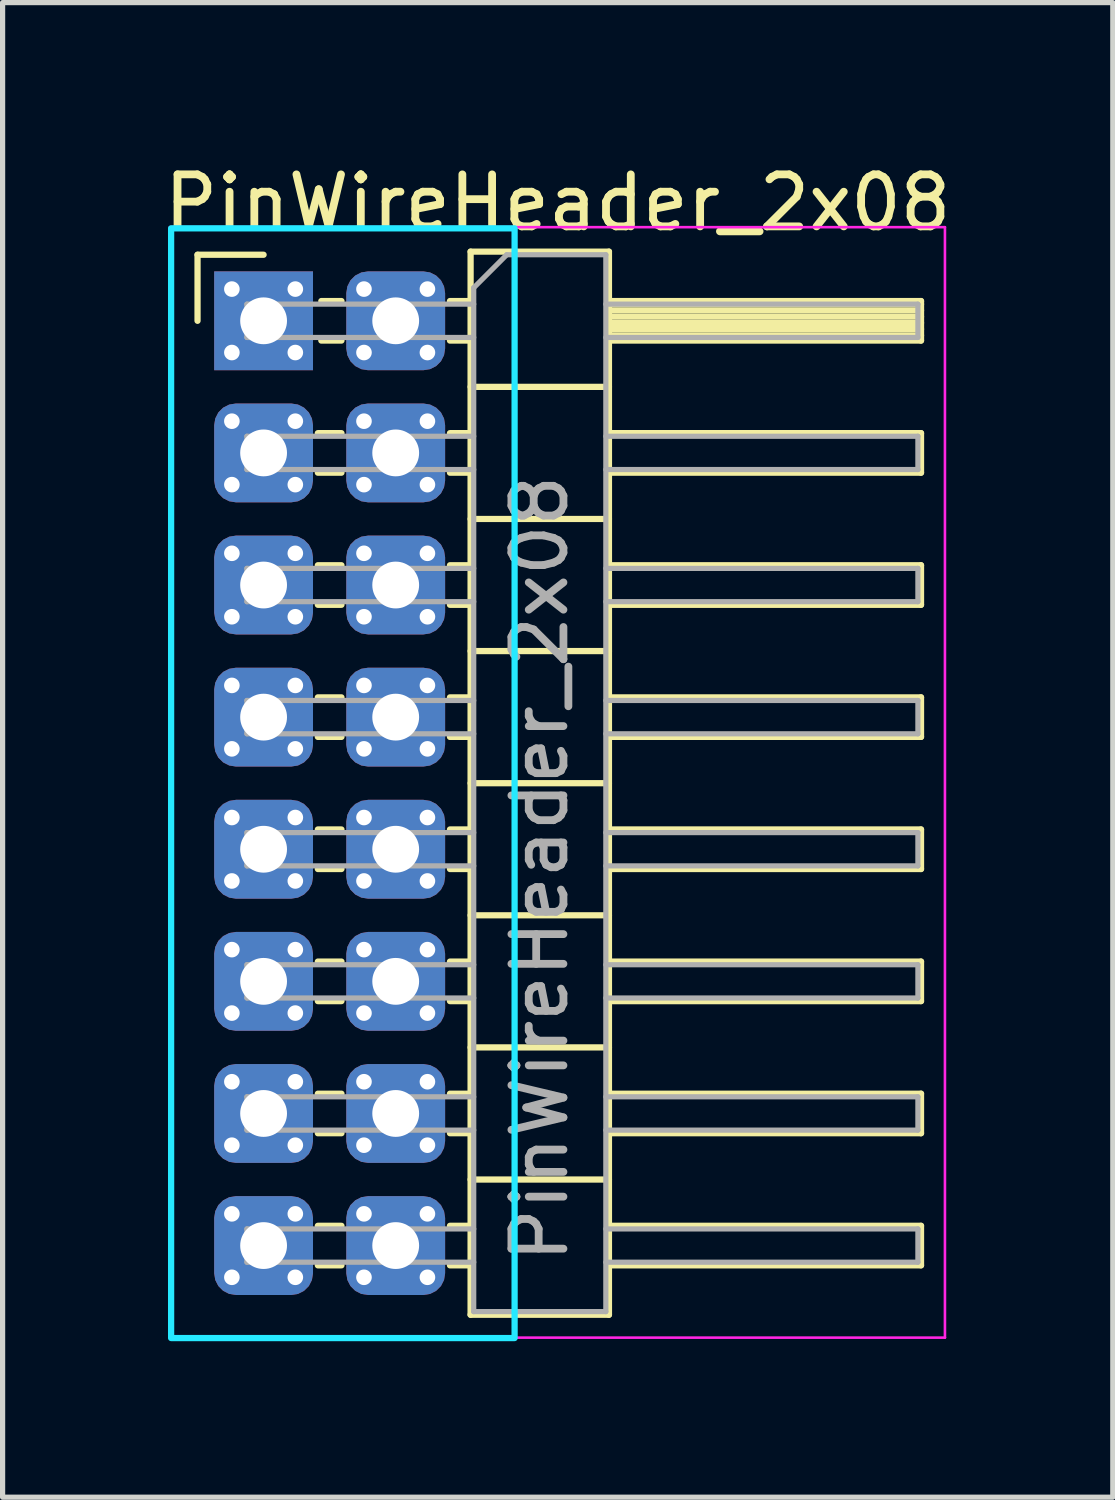
<source format=kicad_pcb>
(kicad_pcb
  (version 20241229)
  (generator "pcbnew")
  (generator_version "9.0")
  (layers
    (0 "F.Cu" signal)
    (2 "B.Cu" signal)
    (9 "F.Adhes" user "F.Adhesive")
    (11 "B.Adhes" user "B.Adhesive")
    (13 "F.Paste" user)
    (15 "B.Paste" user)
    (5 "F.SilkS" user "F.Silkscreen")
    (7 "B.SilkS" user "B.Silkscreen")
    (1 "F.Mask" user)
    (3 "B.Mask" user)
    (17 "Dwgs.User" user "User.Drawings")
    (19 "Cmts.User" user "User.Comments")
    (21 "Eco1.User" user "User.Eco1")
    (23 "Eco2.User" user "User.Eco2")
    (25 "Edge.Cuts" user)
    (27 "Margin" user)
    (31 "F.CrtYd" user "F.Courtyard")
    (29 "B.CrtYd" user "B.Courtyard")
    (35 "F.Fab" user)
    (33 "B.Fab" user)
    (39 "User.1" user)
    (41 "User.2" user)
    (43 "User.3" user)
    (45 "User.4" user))
  (footprint "PinWireHeader_2x08"
    (layer "F.Cu")
    (at 2.018 3.118)
    (property "Reference" "PinWireHeader_2x08" (at 5.655 -2.27 180) (layer "F.SilkS") (effects (font (size 1 1) (thickness 0.15))))
    (attr through_hole)
    (fp_circle (center 0 0) (end 0.457 0) (stroke (width 0.15) (type solid)) (fill yes) (layer "F.Mask"))
    (fp_circle (center 0 2.54) (end 0.457 2.54) (stroke (width 0.15) (type solid)) (fill yes) (layer "F.Mask"))
    (fp_circle (center 0 5.08) (end 0.457 5.08) (stroke (width 0.15) (type solid)) (fill yes) (layer "F.Mask"))
    (fp_circle (center 0 7.62) (end 0.457 7.62) (stroke (width 0.15) (type solid)) (fill yes) (layer "F.Mask"))
    (fp_circle (center 0 10.16) (end 0.457 10.16) (stroke (width 0.15) (type solid)) (fill yes) (layer "F.Mask"))
    (fp_circle (center 0 12.7) (end 0.457 12.7) (stroke (width 0.15) (type solid)) (fill yes) (layer "F.Mask"))
    (fp_circle (center 0 15.24) (end 0.457 15.24) (stroke (width 0.15) (type solid)) (fill yes) (layer "F.Mask"))
    (fp_circle (center 0 17.78) (end 0.457 17.78) (stroke (width 0.15) (type solid)) (fill yes) (layer "F.Mask"))
    (fp_circle (center 2.54 0) (end 2.997 0) (stroke (width 0.15) (type solid)) (fill yes) (layer "F.Mask"))
    (fp_circle (center 2.54 2.54) (end 2.997 2.54) (stroke (width 0.15) (type solid)) (fill yes) (layer "F.Mask"))
    (fp_circle (center 2.54 5.08) (end 2.997 5.08) (stroke (width 0.15) (type solid)) (fill yes) (layer "F.Mask"))
    (fp_circle (center 2.54 7.62) (end 2.997 7.62) (stroke (width 0.15) (type solid)) (fill yes) (layer "F.Mask"))
    (fp_circle (center 2.54 10.16) (end 2.997 10.16) (stroke (width 0.15) (type solid)) (fill yes) (layer "F.Mask"))
    (fp_circle (center 2.54 12.7) (end 2.997 12.7) (stroke (width 0.15) (type solid)) (fill yes) (layer "F.Mask"))
    (fp_circle (center 2.54 15.24) (end 2.997 15.24) (stroke (width 0.15) (type solid)) (fill yes) (layer "F.Mask"))
    (fp_circle (center 2.54 17.78) (end 2.997 17.78) (stroke (width 0.15) (type solid)) (fill yes) (layer "F.Mask"))
    (fp_line (start -1.27 -1.27) (end 0 -1.27) (stroke (width 0.12) (type solid)) (layer "F.SilkS"))
    (fp_line (start -1.27 0) (end -1.27 -1.27) (stroke (width 0.12) (type solid)) (layer "F.SilkS"))
    (fp_line (start 1.043 2.16) (end 1.497 2.16) (stroke (width 0.12) (type solid)) (layer "F.SilkS"))
    (fp_line (start 1.043 2.92) (end 1.497 2.92) (stroke (width 0.12) (type solid)) (layer "F.SilkS"))
    (fp_line (start 1.043 4.7) (end 1.497 4.7) (stroke (width 0.12) (type solid)) (layer "F.SilkS"))
    (fp_line (start 1.043 5.46) (end 1.497 5.46) (stroke (width 0.12) (type solid)) (layer "F.SilkS"))
    (fp_line (start 1.043 7.24) (end 1.497 7.24) (stroke (width 0.12) (type solid)) (layer "F.SilkS"))
    (fp_line (start 1.043 8) (end 1.497 8) (stroke (width 0.12) (type solid)) (layer "F.SilkS"))
    (fp_line (start 1.043 9.78) (end 1.497 9.78) (stroke (width 0.12) (type solid)) (layer "F.SilkS"))
    (fp_line (start 1.043 10.54) (end 1.497 10.54) (stroke (width 0.12) (type solid)) (layer "F.SilkS"))
    (fp_line (start 1.043 12.32) (end 1.497 12.32) (stroke (width 0.12) (type solid)) (layer "F.SilkS"))
    (fp_line (start 1.043 13.08) (end 1.497 13.08) (stroke (width 0.12) (type solid)) (layer "F.SilkS"))
    (fp_line (start 1.043 14.86) (end 1.497 14.86) (stroke (width 0.12) (type solid)) (layer "F.SilkS"))
    (fp_line (start 1.043 15.62) (end 1.497 15.62) (stroke (width 0.12) (type solid)) (layer "F.SilkS"))
    (fp_line (start 1.043 17.4) (end 1.497 17.4) (stroke (width 0.12) (type solid)) (layer "F.SilkS"))
    (fp_line (start 1.043 18.16) (end 1.497 18.16) (stroke (width 0.12) (type solid)) (layer "F.SilkS"))
    (fp_line (start 1.11 -0.38) (end 1.497 -0.38) (stroke (width 0.12) (type solid)) (layer "F.SilkS"))
    (fp_line (start 1.11 0.38) (end 1.497 0.38) (stroke (width 0.12) (type solid)) (layer "F.SilkS"))
    (fp_line (start 3.583 -0.38) (end 3.98 -0.38) (stroke (width 0.12) (type solid)) (layer "F.SilkS"))
    (fp_line (start 3.583 0.38) (end 3.98 0.38) (stroke (width 0.12) (type solid)) (layer "F.SilkS"))
    (fp_line (start 3.583 2.16) (end 3.98 2.16) (stroke (width 0.12) (type solid)) (layer "F.SilkS"))
    (fp_line (start 3.583 2.92) (end 3.98 2.92) (stroke (width 0.12) (type solid)) (layer "F.SilkS"))
    (fp_line (start 3.583 4.7) (end 3.98 4.7) (stroke (width 0.12) (type solid)) (layer "F.SilkS"))
    (fp_line (start 3.583 5.46) (end 3.98 5.46) (stroke (width 0.12) (type solid)) (layer "F.SilkS"))
    (fp_line (start 3.583 7.24) (end 3.98 7.24) (stroke (width 0.12) (type solid)) (layer "F.SilkS"))
    (fp_line (start 3.583 8) (end 3.98 8) (stroke (width 0.12) (type solid)) (layer "F.SilkS"))
    (fp_line (start 3.583 9.78) (end 3.98 9.78) (stroke (width 0.12) (type solid)) (layer "F.SilkS"))
    (fp_line (start 3.583 10.54) (end 3.98 10.54) (stroke (width 0.12) (type solid)) (layer "F.SilkS"))
    (fp_line (start 3.583 12.32) (end 3.98 12.32) (stroke (width 0.12) (type solid)) (layer "F.SilkS"))
    (fp_line (start 3.583 13.08) (end 3.98 13.08) (stroke (width 0.12) (type solid)) (layer "F.SilkS"))
    (fp_line (start 3.583 14.86) (end 3.98 14.86) (stroke (width 0.12) (type solid)) (layer "F.SilkS"))
    (fp_line (start 3.583 15.62) (end 3.98 15.62) (stroke (width 0.12) (type solid)) (layer "F.SilkS"))
    (fp_line (start 3.583 17.4) (end 3.98 17.4) (stroke (width 0.12) (type solid)) (layer "F.SilkS"))
    (fp_line (start 3.583 18.16) (end 3.98 18.16) (stroke (width 0.12) (type solid)) (layer "F.SilkS"))
    (fp_line (start 3.98 -1.33) (end 3.98 19.11) (stroke (width 0.12) (type solid)) (layer "F.SilkS"))
    (fp_line (start 3.98 1.27) (end 6.64 1.27) (stroke (width 0.12) (type solid)) (layer "F.SilkS"))
    (fp_line (start 3.98 3.81) (end 6.64 3.81) (stroke (width 0.12) (type solid)) (layer "F.SilkS"))
    (fp_line (start 3.98 6.35) (end 6.64 6.35) (stroke (width 0.12) (type solid)) (layer "F.SilkS"))
    (fp_line (start 3.98 8.89) (end 6.64 8.89) (stroke (width 0.12) (type solid)) (layer "F.SilkS"))
    (fp_line (start 3.98 11.43) (end 6.64 11.43) (stroke (width 0.12) (type solid)) (layer "F.SilkS"))
    (fp_line (start 3.98 13.97) (end 6.64 13.97) (stroke (width 0.12) (type solid)) (layer "F.SilkS"))
    (fp_line (start 3.98 16.51) (end 6.64 16.51) (stroke (width 0.12) (type solid)) (layer "F.SilkS"))
    (fp_line (start 3.98 19.11) (end 6.64 19.11) (stroke (width 0.12) (type solid)) (layer "F.SilkS"))
    (fp_line (start 6.64 -1.33) (end 3.98 -1.33) (stroke (width 0.12) (type solid)) (layer "F.SilkS"))
    (fp_line (start 6.64 -0.38) (end 12.64 -0.38) (stroke (width 0.12) (type solid)) (layer "F.SilkS"))
    (fp_line (start 6.64 -0.32) (end 12.64 -0.32) (stroke (width 0.12) (type solid)) (layer "F.SilkS"))
    (fp_line (start 6.64 -0.2) (end 12.64 -0.2) (stroke (width 0.12) (type solid)) (layer "F.SilkS"))
    (fp_line (start 6.64 -0.08) (end 12.64 -0.08) (stroke (width 0.12) (type solid)) (layer "F.SilkS"))
    (fp_line (start 6.64 0.04) (end 12.64 0.04) (stroke (width 0.12) (type solid)) (layer "F.SilkS"))
    (fp_line (start 6.64 0.16) (end 12.64 0.16) (stroke (width 0.12) (type solid)) (layer "F.SilkS"))
    (fp_line (start 6.64 0.28) (end 12.64 0.28) (stroke (width 0.12) (type solid)) (layer "F.SilkS"))
    (fp_line (start 6.64 2.16) (end 12.64 2.16) (stroke (width 0.12) (type solid)) (layer "F.SilkS"))
    (fp_line (start 6.64 4.7) (end 12.64 4.7) (stroke (width 0.12) (type solid)) (layer "F.SilkS"))
    (fp_line (start 6.64 7.24) (end 12.64 7.24) (stroke (width 0.12) (type solid)) (layer "F.SilkS"))
    (fp_line (start 6.64 9.78) (end 12.64 9.78) (stroke (width 0.12) (type solid)) (layer "F.SilkS"))
    (fp_line (start 6.64 12.32) (end 12.64 12.32) (stroke (width 0.12) (type solid)) (layer "F.SilkS"))
    (fp_line (start 6.64 14.86) (end 12.64 14.86) (stroke (width 0.12) (type solid)) (layer "F.SilkS"))
    (fp_line (start 6.64 17.4) (end 12.64 17.4) (stroke (width 0.12) (type solid)) (layer "F.SilkS"))
    (fp_line (start 6.64 19.11) (end 6.64 -1.33) (stroke (width 0.12) (type solid)) (layer "F.SilkS"))
    (fp_line (start 12.64 -0.38) (end 12.64 0.38) (stroke (width 0.12) (type solid)) (layer "F.SilkS"))
    (fp_line (start 12.64 0.38) (end 6.64 0.38) (stroke (width 0.12) (type solid)) (layer "F.SilkS"))
    (fp_line (start 12.64 2.16) (end 12.64 2.92) (stroke (width 0.12) (type solid)) (layer "F.SilkS"))
    (fp_line (start 12.64 2.92) (end 6.64 2.92) (stroke (width 0.12) (type solid)) (layer "F.SilkS"))
    (fp_line (start 12.64 4.7) (end 12.64 5.46) (stroke (width 0.12) (type solid)) (layer "F.SilkS"))
    (fp_line (start 12.64 5.46) (end 6.64 5.46) (stroke (width 0.12) (type solid)) (layer "F.SilkS"))
    (fp_line (start 12.64 7.24) (end 12.64 8) (stroke (width 0.12) (type solid)) (layer "F.SilkS"))
    (fp_line (start 12.64 8) (end 6.64 8) (stroke (width 0.12) (type solid)) (layer "F.SilkS"))
    (fp_line (start 12.64 9.78) (end 12.64 10.54) (stroke (width 0.12) (type solid)) (layer "F.SilkS"))
    (fp_line (start 12.64 10.54) (end 6.64 10.54) (stroke (width 0.12) (type solid)) (layer "F.SilkS"))
    (fp_line (start 12.64 12.32) (end 12.64 13.08) (stroke (width 0.12) (type solid)) (layer "F.SilkS"))
    (fp_line (start 12.64 13.08) (end 6.64 13.08) (stroke (width 0.12) (type solid)) (layer "F.SilkS"))
    (fp_line (start 12.64 14.86) (end 12.64 15.62) (stroke (width 0.12) (type solid)) (layer "F.SilkS"))
    (fp_line (start 12.64 15.62) (end 6.64 15.62) (stroke (width 0.12) (type solid)) (layer "F.SilkS"))
    (fp_line (start 12.64 17.4) (end 12.64 18.16) (stroke (width 0.12) (type solid)) (layer "F.SilkS"))
    (fp_line (start 12.64 18.16) (end 6.64 18.16) (stroke (width 0.12) (type solid)) (layer "F.SilkS"))
    (fp_rect (start -1.778 -1.778) (end 4.826 19.558) (stroke (width 0.12) (type solid)) (fill no) (layer "B.CrtYd"))
    (fp_line (start -1.8 -1.8) (end -1.8 19.55) (stroke (width 0.05) (type solid)) (layer "F.CrtYd"))
    (fp_line (start -1.8 19.55) (end 13.1 19.55) (stroke (width 0.05) (type solid)) (layer "F.CrtYd"))
    (fp_line (start 13.1 -1.8) (end -1.8 -1.8) (stroke (width 0.05) (type solid)) (layer "F.CrtYd"))
    (fp_line (start 13.1 19.55) (end 13.1 -1.8) (stroke (width 0.05) (type solid)) (layer "F.CrtYd"))
    (fp_line (start -0.32 -0.32) (end -0.32 0.32) (stroke (width 0.1) (type solid)) (layer "F.Fab"))
    (fp_line (start -0.32 -0.32) (end 4.04 -0.32) (stroke (width 0.1) (type solid)) (layer "F.Fab"))
    (fp_line (start -0.32 0.32) (end 4.04 0.32) (stroke (width 0.1) (type solid)) (layer "F.Fab"))
    (fp_line (start -0.32 2.22) (end -0.32 2.86) (stroke (width 0.1) (type solid)) (layer "F.Fab"))
    (fp_line (start -0.32 2.22) (end 4.04 2.22) (stroke (width 0.1) (type solid)) (layer "F.Fab"))
    (fp_line (start -0.32 2.86) (end 4.04 2.86) (stroke (width 0.1) (type solid)) (layer "F.Fab"))
    (fp_line (start -0.32 4.76) (end -0.32 5.4) (stroke (width 0.1) (type solid)) (layer "F.Fab"))
    (fp_line (start -0.32 4.76) (end 4.04 4.76) (stroke (width 0.1) (type solid)) (layer "F.Fab"))
    (fp_line (start -0.32 5.4) (end 4.04 5.4) (stroke (width 0.1) (type solid)) (layer "F.Fab"))
    (fp_line (start -0.32 7.3) (end -0.32 7.94) (stroke (width 0.1) (type solid)) (layer "F.Fab"))
    (fp_line (start -0.32 7.3) (end 4.04 7.3) (stroke (width 0.1) (type solid)) (layer "F.Fab"))
    (fp_line (start -0.32 7.94) (end 4.04 7.94) (stroke (width 0.1) (type solid)) (layer "F.Fab"))
    (fp_line (start -0.32 9.84) (end -0.32 10.48) (stroke (width 0.1) (type solid)) (layer "F.Fab"))
    (fp_line (start -0.32 9.84) (end 4.04 9.84) (stroke (width 0.1) (type solid)) (layer "F.Fab"))
    (fp_line (start -0.32 10.48) (end 4.04 10.48) (stroke (width 0.1) (type solid)) (layer "F.Fab"))
    (fp_line (start -0.32 12.38) (end -0.32 13.02) (stroke (width 0.1) (type solid)) (layer "F.Fab"))
    (fp_line (start -0.32 12.38) (end 4.04 12.38) (stroke (width 0.1) (type solid)) (layer "F.Fab"))
    (fp_line (start -0.32 13.02) (end 4.04 13.02) (stroke (width 0.1) (type solid)) (layer "F.Fab"))
    (fp_line (start -0.32 14.92) (end -0.32 15.56) (stroke (width 0.1) (type solid)) (layer "F.Fab"))
    (fp_line (start -0.32 14.92) (end 4.04 14.92) (stroke (width 0.1) (type solid)) (layer "F.Fab"))
    (fp_line (start -0.32 15.56) (end 4.04 15.56) (stroke (width 0.1) (type solid)) (layer "F.Fab"))
    (fp_line (start -0.32 17.46) (end -0.32 18.1) (stroke (width 0.1) (type solid)) (layer "F.Fab"))
    (fp_line (start -0.32 17.46) (end 4.04 17.46) (stroke (width 0.1) (type solid)) (layer "F.Fab"))
    (fp_line (start -0.32 18.1) (end 4.04 18.1) (stroke (width 0.1) (type solid)) (layer "F.Fab"))
    (fp_line (start 4.04 -0.635) (end 4.675 -1.27) (stroke (width 0.1) (type solid)) (layer "F.Fab"))
    (fp_line (start 4.04 19.05) (end 4.04 -0.635) (stroke (width 0.1) (type solid)) (layer "F.Fab"))
    (fp_line (start 4.675 -1.27) (end 6.58 -1.27) (stroke (width 0.1) (type solid)) (layer "F.Fab"))
    (fp_line (start 6.58 -1.27) (end 6.58 19.05) (stroke (width 0.1) (type solid)) (layer "F.Fab"))
    (fp_line (start 6.58 -0.32) (end 12.58 -0.32) (stroke (width 0.1) (type solid)) (layer "F.Fab"))
    (fp_line (start 6.58 0.32) (end 12.58 0.32) (stroke (width 0.1) (type solid)) (layer "F.Fab"))
    (fp_line (start 6.58 2.22) (end 12.58 2.22) (stroke (width 0.1) (type solid)) (layer "F.Fab"))
    (fp_line (start 6.58 2.86) (end 12.58 2.86) (stroke (width 0.1) (type solid)) (layer "F.Fab"))
    (fp_line (start 6.58 4.76) (end 12.58 4.76) (stroke (width 0.1) (type solid)) (layer "F.Fab"))
    (fp_line (start 6.58 5.4) (end 12.58 5.4) (stroke (width 0.1) (type solid)) (layer "F.Fab"))
    (fp_line (start 6.58 7.3) (end 12.58 7.3) (stroke (width 0.1) (type solid)) (layer "F.Fab"))
    (fp_line (start 6.58 7.94) (end 12.58 7.94) (stroke (width 0.1) (type solid)) (layer "F.Fab"))
    (fp_line (start 6.58 9.84) (end 12.58 9.84) (stroke (width 0.1) (type solid)) (layer "F.Fab"))
    (fp_line (start 6.58 10.48) (end 12.58 10.48) (stroke (width 0.1) (type solid)) (layer "F.Fab"))
    (fp_line (start 6.58 12.38) (end 12.58 12.38) (stroke (width 0.1) (type solid)) (layer "F.Fab"))
    (fp_line (start 6.58 13.02) (end 12.58 13.02) (stroke (width 0.1) (type solid)) (layer "F.Fab"))
    (fp_line (start 6.58 14.92) (end 12.58 14.92) (stroke (width 0.1) (type solid)) (layer "F.Fab"))
    (fp_line (start 6.58 15.56) (end 12.58 15.56) (stroke (width 0.1) (type solid)) (layer "F.Fab"))
    (fp_line (start 6.58 17.46) (end 12.58 17.46) (stroke (width 0.1) (type solid)) (layer "F.Fab"))
    (fp_line (start 6.58 18.1) (end 12.58 18.1) (stroke (width 0.1) (type solid)) (layer "F.Fab"))
    (fp_line (start 6.58 19.05) (end 4.04 19.05) (stroke (width 0.1) (type solid)) (layer "F.Fab"))
    (fp_line (start 12.58 -0.32) (end 12.58 0.32) (stroke (width 0.1) (type solid)) (layer "F.Fab"))
    (fp_line (start 12.58 2.22) (end 12.58 2.86) (stroke (width 0.1) (type solid)) (layer "F.Fab"))
    (fp_line (start 12.58 4.76) (end 12.58 5.4) (stroke (width 0.1) (type solid)) (layer "F.Fab"))
    (fp_line (start 12.58 7.3) (end 12.58 7.94) (stroke (width 0.1) (type solid)) (layer "F.Fab"))
    (fp_line (start 12.58 9.84) (end 12.58 10.48) (stroke (width 0.1) (type solid)) (layer "F.Fab"))
    (fp_line (start 12.58 12.38) (end 12.58 13.02) (stroke (width 0.1) (type solid)) (layer "F.Fab"))
    (fp_line (start 12.58 14.92) (end 12.58 15.56) (stroke (width 0.1) (type solid)) (layer "F.Fab"))
    (fp_line (start 12.58 17.46) (end 12.58 18.1) (stroke (width 0.1) (type solid)) (layer "F.Fab"))
    (fp_text user "${REFERENCE}" (at 5.31 10.53 270) (layer "F.Fab") (effects (font (size 1 1) (thickness 0.15))))
    (pad "1" thru_hole circle (at -0.61 -0.61) (size 0.35 0.35) (drill 0.3) (layers "*.Cu" "*.Mask"))
    (pad "1" thru_hole circle (at -0.61 0.61) (size 0.35 0.35) (drill 0.3) (layers "*.Cu" "*.Mask"))
    (pad "1" thru_hole rect (at 0 0) (size 1.9 1.9) (drill 0.9) (layers "*.Cu" "B.Mask"))
    (pad "1" thru_hole circle (at 0.61 -0.61) (size 0.35 0.35) (drill 0.3) (layers "*.Cu" "*.Mask"))
    (pad "1" thru_hole circle (at 0.61 0.61) (size 0.35 0.35) (drill 0.3) (layers "*.Cu" "*.Mask"))
    (pad "2" thru_hole circle (at 1.93 -0.61) (size 0.35 0.35) (drill 0.3) (layers "*.Cu" "*.Mask"))
    (pad "2" thru_hole circle (at 1.93 0.61) (size 0.35 0.35) (drill 0.3) (layers "*.Cu" "*.Mask"))
    (pad "2" thru_hole roundrect (at 2.54 0) (size 1.9 1.9) (drill 0.9) (layers "*.Cu" "B.Mask") (roundrect_rratio 0.22))
    (pad "2" thru_hole circle (at 3.15 -0.61) (size 0.35 0.35) (drill 0.3) (layers "*.Cu" "*.Mask"))
    (pad "2" thru_hole circle (at 3.15 0.61) (size 0.35 0.35) (drill 0.3) (layers "*.Cu" "*.Mask"))
    (pad "3" thru_hole circle (at -0.61 1.93) (size 0.35 0.35) (drill 0.3) (layers "*.Cu" "*.Mask"))
    (pad "3" thru_hole circle (at -0.61 3.15) (size 0.35 0.35) (drill 0.3) (layers "*.Cu" "*.Mask"))
    (pad "3" thru_hole roundrect (at 0 2.54) (size 1.9 1.9) (drill 0.9) (layers "*.Cu" "B.Mask") (roundrect_rratio 0.22))
    (pad "3" thru_hole circle (at 0.61 1.93) (size 0.35 0.35) (drill 0.3) (layers "*.Cu" "*.Mask"))
    (pad "3" thru_hole circle (at 0.61 3.15) (size 0.35 0.35) (drill 0.3) (layers "*.Cu" "*.Mask"))
    (pad "4" thru_hole circle (at 1.93 1.93) (size 0.35 0.35) (drill 0.3) (layers "*.Cu" "*.Mask"))
    (pad "4" thru_hole circle (at 1.93 3.15) (size 0.35 0.35) (drill 0.3) (layers "*.Cu" "*.Mask"))
    (pad "4" thru_hole roundrect (at 2.54 2.54) (size 1.9 1.9) (drill 0.9) (layers "*.Cu" "B.Mask") (roundrect_rratio 0.22))
    (pad "4" thru_hole circle (at 3.15 1.93) (size 0.35 0.35) (drill 0.3) (layers "*.Cu" "*.Mask"))
    (pad "4" thru_hole circle (at 3.15 3.15) (size 0.35 0.35) (drill 0.3) (layers "*.Cu" "*.Mask"))
    (pad "5" thru_hole circle (at -0.61 4.47) (size 0.35 0.35) (drill 0.3) (layers "*.Cu" "*.Mask"))
    (pad "5" thru_hole circle (at -0.61 5.69) (size 0.35 0.35) (drill 0.3) (layers "*.Cu" "*.Mask"))
    (pad "5" thru_hole roundrect (at 0 5.08) (size 1.9 1.9) (drill 0.9) (layers "*.Cu" "B.Mask") (roundrect_rratio 0.22))
    (pad "5" thru_hole circle (at 0.61 4.47) (size 0.35 0.35) (drill 0.3) (layers "*.Cu" "*.Mask"))
    (pad "5" thru_hole circle (at 0.61 5.69) (size 0.35 0.35) (drill 0.3) (layers "*.Cu" "*.Mask"))
    (pad "6" thru_hole circle (at 1.93 4.47) (size 0.35 0.35) (drill 0.3) (layers "*.Cu" "*.Mask"))
    (pad "6" thru_hole circle (at 1.93 5.69) (size 0.35 0.35) (drill 0.3) (layers "*.Cu" "*.Mask"))
    (pad "6" thru_hole roundrect (at 2.54 5.08) (size 1.9 1.9) (drill 0.9) (layers "*.Cu" "B.Mask") (roundrect_rratio 0.22))
    (pad "6" thru_hole circle (at 3.15 4.47) (size 0.35 0.35) (drill 0.3) (layers "*.Cu" "*.Mask"))
    (pad "6" thru_hole circle (at 3.15 5.69) (size 0.35 0.35) (drill 0.3) (layers "*.Cu" "*.Mask"))
    (pad "7" thru_hole circle (at -0.61 7.01) (size 0.35 0.35) (drill 0.3) (layers "*.Cu" "*.Mask"))
    (pad "7" thru_hole circle (at -0.61 8.23) (size 0.35 0.35) (drill 0.3) (layers "*.Cu" "*.Mask"))
    (pad "7" thru_hole roundrect (at 0 7.62) (size 1.9 1.9) (drill 0.9) (layers "*.Cu" "B.Mask") (roundrect_rratio 0.22))
    (pad "7" thru_hole circle (at 0.61 7.01) (size 0.35 0.35) (drill 0.3) (layers "*.Cu" "*.Mask"))
    (pad "7" thru_hole circle (at 0.61 8.23) (size 0.35 0.35) (drill 0.3) (layers "*.Cu" "*.Mask"))
    (pad "8" thru_hole circle (at 1.93 7.01) (size 0.35 0.35) (drill 0.3) (layers "*.Cu" "*.Mask"))
    (pad "8" thru_hole circle (at 1.93 8.23) (size 0.35 0.35) (drill 0.3) (layers "*.Cu" "*.Mask"))
    (pad "8" thru_hole roundrect (at 2.54 7.62) (size 1.9 1.9) (drill 0.9) (layers "*.Cu" "B.Mask") (roundrect_rratio 0.22))
    (pad "8" thru_hole circle (at 3.15 7.01) (size 0.35 0.35) (drill 0.3) (layers "*.Cu" "*.Mask"))
    (pad "8" thru_hole circle (at 3.15 8.23) (size 0.35 0.35) (drill 0.3) (layers "*.Cu" "*.Mask"))
    (pad "9" thru_hole circle (at -0.61 9.55) (size 0.35 0.35) (drill 0.3) (layers "*.Cu" "*.Mask"))
    (pad "9" thru_hole circle (at -0.61 10.77) (size 0.35 0.35) (drill 0.3) (layers "*.Cu" "*.Mask"))
    (pad "9" thru_hole roundrect (at 0 10.16) (size 1.9 1.9) (drill 0.9) (layers "*.Cu" "B.Mask") (roundrect_rratio 0.22))
    (pad "9" thru_hole circle (at 0.61 9.55) (size 0.35 0.35) (drill 0.3) (layers "*.Cu" "*.Mask"))
    (pad "9" thru_hole circle (at 0.61 10.77) (size 0.35 0.35) (drill 0.3) (layers "*.Cu" "*.Mask"))
    (pad "10" thru_hole circle (at 1.93 9.55) (size 0.35 0.35) (drill 0.3) (layers "*.Cu" "*.Mask"))
    (pad "10" thru_hole circle (at 1.93 10.77) (size 0.35 0.35) (drill 0.3) (layers "*.Cu" "*.Mask"))
    (pad "10" thru_hole roundrect (at 2.54 10.16) (size 1.9 1.9) (drill 0.9) (layers "*.Cu" "B.Mask") (roundrect_rratio 0.22))
    (pad "10" thru_hole circle (at 3.15 9.55) (size 0.35 0.35) (drill 0.3) (layers "*.Cu" "*.Mask"))
    (pad "10" thru_hole circle (at 3.15 10.77) (size 0.35 0.35) (drill 0.3) (layers "*.Cu" "*.Mask"))
    (pad "11" thru_hole circle (at -0.61 12.09) (size 0.35 0.35) (drill 0.3) (layers "*.Cu" "*.Mask"))
    (pad "11" thru_hole circle (at -0.61 13.31) (size 0.35 0.35) (drill 0.3) (layers "*.Cu" "*.Mask"))
    (pad "11" thru_hole roundrect (at 0 12.7) (size 1.9 1.9) (drill 0.9) (layers "*.Cu" "B.Mask") (roundrect_rratio 0.22))
    (pad "11" thru_hole circle (at 0.61 12.09) (size 0.35 0.35) (drill 0.3) (layers "*.Cu" "*.Mask"))
    (pad "11" thru_hole circle (at 0.61 13.31) (size 0.35 0.35) (drill 0.3) (layers "*.Cu" "*.Mask"))
    (pad "12" thru_hole circle (at 1.93 12.09) (size 0.35 0.35) (drill 0.3) (layers "*.Cu" "*.Mask"))
    (pad "12" thru_hole circle (at 1.93 13.31) (size 0.35 0.35) (drill 0.3) (layers "*.Cu" "*.Mask"))
    (pad "12" thru_hole roundrect (at 2.54 12.7) (size 1.9 1.9) (drill 0.9) (layers "*.Cu" "B.Mask") (roundrect_rratio 0.22))
    (pad "12" thru_hole circle (at 3.15 12.09) (size 0.35 0.35) (drill 0.3) (layers "*.Cu" "*.Mask"))
    (pad "12" thru_hole circle (at 3.15 13.31) (size 0.35 0.35) (drill 0.3) (layers "*.Cu" "*.Mask"))
    (pad "13" thru_hole circle (at -0.61 14.63) (size 0.35 0.35) (drill 0.3) (layers "*.Cu" "*.Mask"))
    (pad "13" thru_hole circle (at -0.61 15.85) (size 0.35 0.35) (drill 0.3) (layers "*.Cu" "*.Mask"))
    (pad "13" thru_hole roundrect (at 0 15.24) (size 1.9 1.9) (drill 0.9) (layers "*.Cu" "B.Mask") (roundrect_rratio 0.22))
    (pad "13" thru_hole circle (at 0.61 14.63) (size 0.35 0.35) (drill 0.3) (layers "*.Cu" "*.Mask"))
    (pad "13" thru_hole circle (at 0.61 15.85) (size 0.35 0.35) (drill 0.3) (layers "*.Cu" "*.Mask"))
    (pad "14" thru_hole circle (at 1.93 14.63) (size 0.35 0.35) (drill 0.3) (layers "*.Cu" "*.Mask"))
    (pad "14" thru_hole circle (at 1.93 15.85) (size 0.35 0.35) (drill 0.3) (layers "*.Cu" "*.Mask"))
    (pad "14" thru_hole roundrect (at 2.54 15.24) (size 1.9 1.9) (drill 0.9) (layers "*.Cu" "B.Mask") (roundrect_rratio 0.22))
    (pad "14" thru_hole circle (at 3.15 14.63) (size 0.35 0.35) (drill 0.3) (layers "*.Cu" "*.Mask"))
    (pad "14" thru_hole circle (at 3.15 15.85) (size 0.35 0.35) (drill 0.3) (layers "*.Cu" "*.Mask"))
    (pad "15" thru_hole circle (at -0.61 17.17) (size 0.35 0.35) (drill 0.3) (layers "*.Cu" "*.Mask"))
    (pad "15" thru_hole circle (at -0.61 18.39) (size 0.35 0.35) (drill 0.3) (layers "*.Cu" "*.Mask"))
    (pad "15" thru_hole roundrect (at 0 17.78) (size 1.9 1.9) (drill 0.9) (layers "*.Cu" "B.Mask") (roundrect_rratio 0.22))
    (pad "15" thru_hole circle (at 0.61 17.17) (size 0.35 0.35) (drill 0.3) (layers "*.Cu" "*.Mask"))
    (pad "15" thru_hole circle (at 0.61 18.39) (size 0.35 0.35) (drill 0.3) (layers "*.Cu" "*.Mask"))
    (pad "16" thru_hole circle (at 1.93 17.17) (size 0.35 0.35) (drill 0.3) (layers "*.Cu" "*.Mask"))
    (pad "16" thru_hole circle (at 1.93 18.39) (size 0.35 0.35) (drill 0.3) (layers "*.Cu" "*.Mask"))
    (pad "16" thru_hole roundrect (at 2.54 17.78) (size 1.9 1.9) (drill 0.9) (layers "*.Cu" "B.Mask") (roundrect_rratio 0.22))
    (pad "16" thru_hole circle (at 3.15 17.17) (size 0.35 0.35) (drill 0.3) (layers "*.Cu" "*.Mask"))
    (pad "16" thru_hole circle (at 3.15 18.39) (size 0.35 0.35) (drill 0.3) (layers "*.Cu" "*.Mask")))
  (gr_rect
    (start -3 -3)
    (end 18.345 25.736)
    (stroke (width 0.1) (type default))
    (fill no)
    (layer "Edge.Cuts")))
</source>
